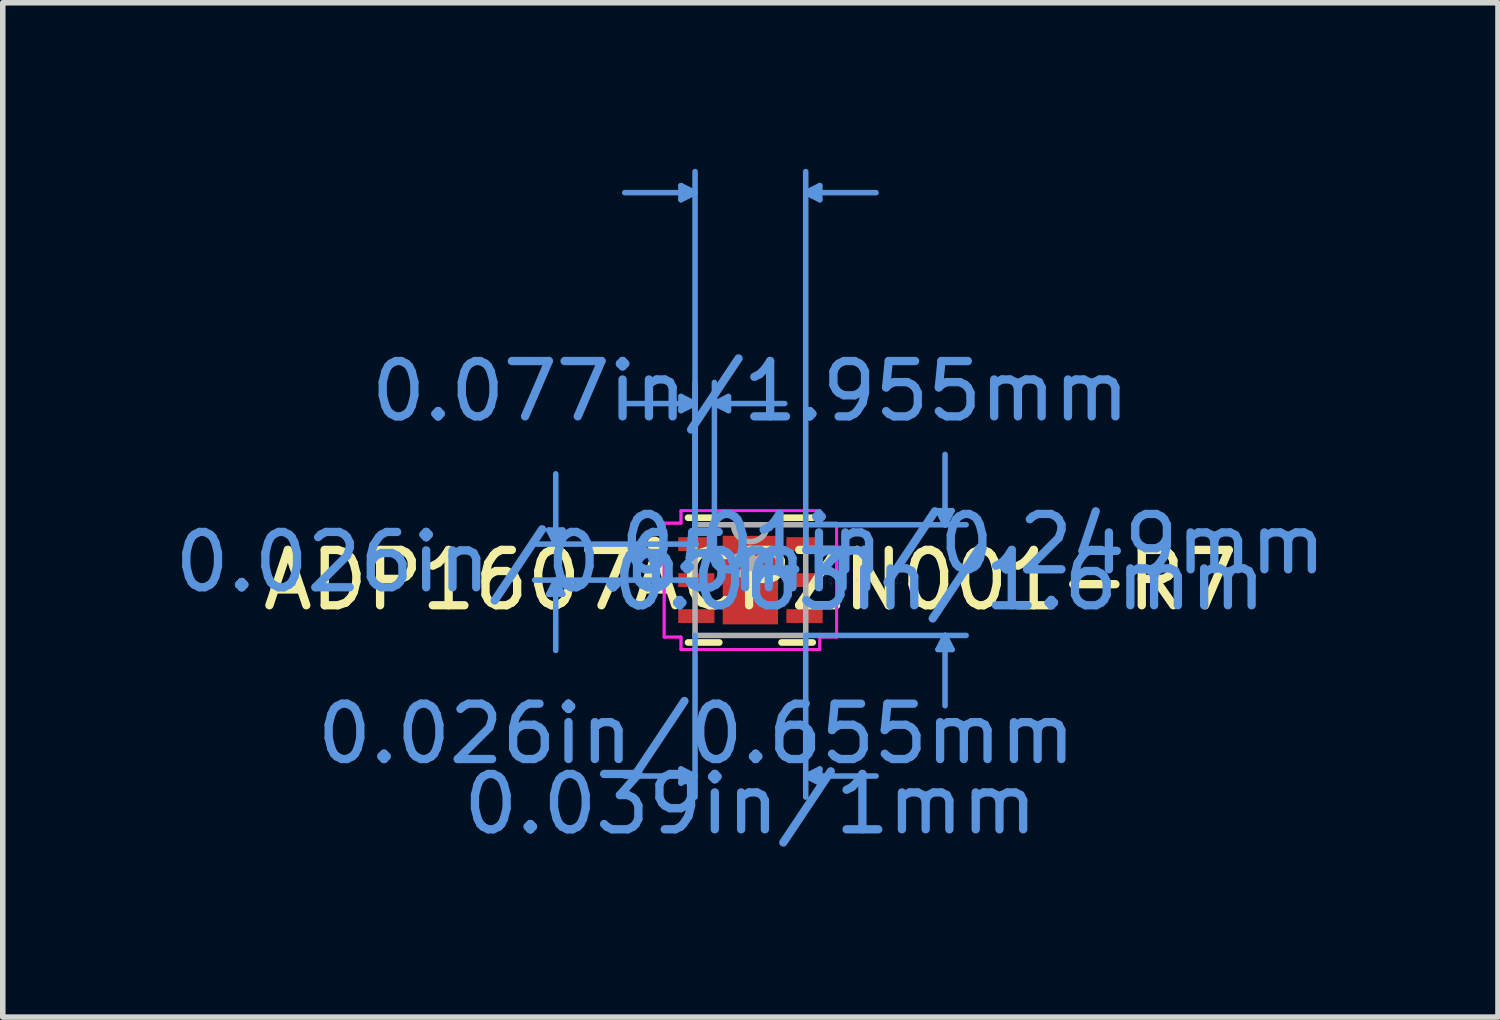
<source format=kicad_pcb>
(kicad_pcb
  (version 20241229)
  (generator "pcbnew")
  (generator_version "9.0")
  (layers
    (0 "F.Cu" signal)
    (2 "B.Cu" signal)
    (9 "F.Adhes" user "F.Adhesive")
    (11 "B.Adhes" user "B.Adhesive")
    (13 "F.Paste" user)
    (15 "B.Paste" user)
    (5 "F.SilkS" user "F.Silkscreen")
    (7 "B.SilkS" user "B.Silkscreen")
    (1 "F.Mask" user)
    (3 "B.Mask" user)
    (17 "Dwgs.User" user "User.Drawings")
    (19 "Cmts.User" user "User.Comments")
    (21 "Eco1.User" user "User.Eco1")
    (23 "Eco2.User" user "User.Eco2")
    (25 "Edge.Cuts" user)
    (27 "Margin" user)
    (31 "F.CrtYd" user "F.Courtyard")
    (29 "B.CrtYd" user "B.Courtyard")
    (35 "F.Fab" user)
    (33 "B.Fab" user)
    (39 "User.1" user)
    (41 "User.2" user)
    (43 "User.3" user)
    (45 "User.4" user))
  (footprint "ADP1607ACPZN001-R7"
    (layer "F.Cu")
    (at 10.508 7.431)
    (property "Reference" "ADP1607ACPZN001-R7" (at 0 0 0) (layer "F.SilkS") (effects (font (size 1 1) (thickness 0.15))))
    (attr through_hole)
    (fp_line (start -1.127 1.127) (end -0.562 1.127) (stroke (width 0.12) (type solid)) (layer "F.SilkS"))
    (fp_line (start -0.562 -1.127) (end -1.127 -1.127) (stroke (width 0.12) (type solid)) (layer "F.SilkS"))
    (fp_line (start 0.562 1.127) (end 1.127 1.127) (stroke (width 0.12) (type solid)) (layer "F.SilkS"))
    (fp_line (start 1.127 -1.127) (end 0.562 -1.127) (stroke (width 0.12) (type solid)) (layer "F.SilkS"))
    (fp_circle (center -1.731 -0.65) (end -1.655 -0.65) (stroke (width 0.12) (type solid)) (fill no) (layer "F.SilkS"))
    (fp_line (start -3.644 -0.904) (end -3.39 -0.904) (stroke (width 0.1) (type solid)) (layer "Cmts.User"))
    (fp_line (start -3.644 0.254) (end -3.39 0.254) (stroke (width 0.1) (type solid)) (layer "Cmts.User"))
    (fp_line (start -3.517 -0.65) (end -3.644 -0.904) (stroke (width 0.1) (type solid)) (layer "Cmts.User"))
    (fp_line (start -3.517 -0.65) (end -3.517 -1.92) (stroke (width 0.1) (type solid)) (layer "Cmts.User"))
    (fp_line (start -3.517 -0.65) (end -3.39 -0.904) (stroke (width 0.1) (type solid)) (layer "Cmts.User"))
    (fp_line (start -3.517 0) (end -3.644 0.254) (stroke (width 0.1) (type solid)) (layer "Cmts.User"))
    (fp_line (start -3.517 0) (end -3.517 1.27) (stroke (width 0.1) (type solid)) (layer "Cmts.User"))
    (fp_line (start -3.517 0) (end -3.39 0.254) (stroke (width 0.1) (type solid)) (layer "Cmts.User"))
    (fp_line (start -1.254 -7.127) (end -1.254 -6.873) (stroke (width 0.1) (type solid)) (layer "Cmts.User"))
    (fp_line (start -1.254 -3.317) (end -1.254 -3.063) (stroke (width 0.1) (type solid)) (layer "Cmts.User"))
    (fp_line (start -1.254 3.413) (end -1.254 3.667) (stroke (width 0.1) (type solid)) (layer "Cmts.User"))
    (fp_line (start -1 -7) (end -2.27 -7) (stroke (width 0.1) (type solid)) (layer "Cmts.User"))
    (fp_line (start -1 -7) (end -1.254 -7.127) (stroke (width 0.1) (type solid)) (layer "Cmts.User"))
    (fp_line (start -1 -7) (end -1.254 -6.873) (stroke (width 0.1) (type solid)) (layer "Cmts.User"))
    (fp_line (start -1 -3.19) (end -2.27 -3.19) (stroke (width 0.1) (type solid)) (layer "Cmts.User"))
    (fp_line (start -1 -3.19) (end -1.254 -3.317) (stroke (width 0.1) (type solid)) (layer "Cmts.User"))
    (fp_line (start -1 -3.19) (end -1.254 -3.063) (stroke (width 0.1) (type solid)) (layer "Cmts.User"))
    (fp_line (start -1 -0.65) (end -1 -7.381) (stroke (width 0.1) (type solid)) (layer "Cmts.User"))
    (fp_line (start -1 -0.65) (end -1 -3.571) (stroke (width 0.1) (type solid)) (layer "Cmts.User"))
    (fp_line (start -1 1) (end -1 3.921) (stroke (width 0.1) (type solid)) (layer "Cmts.User"))
    (fp_line (start -1 3.54) (end -2.27 3.54) (stroke (width 0.1) (type solid)) (layer "Cmts.User"))
    (fp_line (start -1 3.54) (end -1.254 3.413) (stroke (width 0.1) (type solid)) (layer "Cmts.User"))
    (fp_line (start -1 3.54) (end -1.254 3.667) (stroke (width 0.1) (type solid)) (layer "Cmts.User"))
    (fp_line (start -0.977 -0.65) (end -3.898 -0.65) (stroke (width 0.1) (type solid)) (layer "Cmts.User"))
    (fp_line (start -0.977 0) (end -3.898 0) (stroke (width 0.1) (type solid)) (layer "Cmts.User"))
    (fp_line (start -0.65 -3.19) (end -0.396 -3.317) (stroke (width 0.1) (type solid)) (layer "Cmts.User"))
    (fp_line (start -0.65 -3.19) (end -0.396 -3.063) (stroke (width 0.1) (type solid)) (layer "Cmts.User"))
    (fp_line (start -0.65 -3.19) (end 0.62 -3.19) (stroke (width 0.1) (type solid)) (layer "Cmts.User"))
    (fp_line (start -0.65 -0.65) (end -0.65 -3.571) (stroke (width 0.1) (type solid)) (layer "Cmts.User"))
    (fp_line (start -0.396 -3.317) (end -0.396 -3.063) (stroke (width 0.1) (type solid)) (layer "Cmts.User"))
    (fp_line (start 1 -7) (end 1.254 -7.127) (stroke (width 0.1) (type solid)) (layer "Cmts.User"))
    (fp_line (start 1 -7) (end 1.254 -6.873) (stroke (width 0.1) (type solid)) (layer "Cmts.User"))
    (fp_line (start 1 -7) (end 2.27 -7) (stroke (width 0.1) (type solid)) (layer "Cmts.User"))
    (fp_line (start 1 -1) (end 3.898 -1) (stroke (width 0.1) (type solid)) (layer "Cmts.User"))
    (fp_line (start 1 -0.65) (end 1 -7.381) (stroke (width 0.1) (type solid)) (layer "Cmts.User"))
    (fp_line (start 1 1) (end 1 3.921) (stroke (width 0.1) (type solid)) (layer "Cmts.User"))
    (fp_line (start 1 1) (end 3.898 1) (stroke (width 0.1) (type solid)) (layer "Cmts.User"))
    (fp_line (start 1 3.54) (end 1.254 3.413) (stroke (width 0.1) (type solid)) (layer "Cmts.User"))
    (fp_line (start 1 3.54) (end 1.254 3.667) (stroke (width 0.1) (type solid)) (layer "Cmts.User"))
    (fp_line (start 1 3.54) (end 2.27 3.54) (stroke (width 0.1) (type solid)) (layer "Cmts.User"))
    (fp_line (start 1.254 -7.127) (end 1.254 -6.873) (stroke (width 0.1) (type solid)) (layer "Cmts.User"))
    (fp_line (start 1.254 3.413) (end 1.254 3.667) (stroke (width 0.1) (type solid)) (layer "Cmts.User"))
    (fp_line (start 3.39 -1.254) (end 3.644 -1.254) (stroke (width 0.1) (type solid)) (layer "Cmts.User"))
    (fp_line (start 3.39 1.254) (end 3.644 1.254) (stroke (width 0.1) (type solid)) (layer "Cmts.User"))
    (fp_line (start 3.517 -1) (end 3.39 -1.254) (stroke (width 0.1) (type solid)) (layer "Cmts.User"))
    (fp_line (start 3.517 -1) (end 3.517 -2.27) (stroke (width 0.1) (type solid)) (layer "Cmts.User"))
    (fp_line (start 3.517 -1) (end 3.644 -1.254) (stroke (width 0.1) (type solid)) (layer "Cmts.User"))
    (fp_line (start 3.517 1) (end 3.39 1.254) (stroke (width 0.1) (type solid)) (layer "Cmts.User"))
    (fp_line (start 3.517 1) (end 3.517 2.27) (stroke (width 0.1) (type solid)) (layer "Cmts.User"))
    (fp_line (start 3.517 1) (end 3.644 1.254) (stroke (width 0.1) (type solid)) (layer "Cmts.User"))
    (fp_line (start -1.559 -1.029) (end -1.254 -1.029) (stroke (width 0.05) (type solid)) (layer "F.CrtYd"))
    (fp_line (start -1.559 -1.029) (end -1.254 -1.029) (stroke (width 0.05) (type solid)) (layer "F.CrtYd"))
    (fp_line (start -1.559 1.029) (end -1.559 -1.029) (stroke (width 0.05) (type solid)) (layer "F.CrtYd"))
    (fp_line (start -1.559 1.029) (end -1.559 -1.029) (stroke (width 0.05) (type solid)) (layer "F.CrtYd"))
    (fp_line (start -1.559 1.029) (end -1.254 1.029) (stroke (width 0.05) (type solid)) (layer "F.CrtYd"))
    (fp_line (start -1.254 -1.254) (end 1.254 -1.254) (stroke (width 0.05) (type solid)) (layer "F.CrtYd"))
    (fp_line (start -1.254 -1.254) (end 1.254 -1.254) (stroke (width 0.05) (type solid)) (layer "F.CrtYd"))
    (fp_line (start -1.254 -1.029) (end -1.254 -1.254) (stroke (width 0.05) (type solid)) (layer "F.CrtYd"))
    (fp_line (start -1.254 -1.029) (end -1.254 -1.254) (stroke (width 0.05) (type solid)) (layer "F.CrtYd"))
    (fp_line (start -1.254 1.029) (end -1.559 1.029) (stroke (width 0.05) (type solid)) (layer "F.CrtYd"))
    (fp_line (start -1.254 1.254) (end -1.254 1.029) (stroke (width 0.05) (type solid)) (layer "F.CrtYd"))
    (fp_line (start -1.254 1.254) (end -1.254 1.029) (stroke (width 0.05) (type solid)) (layer "F.CrtYd"))
    (fp_line (start 1.254 -1.254) (end 1.254 -1.029) (stroke (width 0.05) (type solid)) (layer "F.CrtYd"))
    (fp_line (start 1.254 -1.254) (end 1.254 -1.029) (stroke (width 0.05) (type solid)) (layer "F.CrtYd"))
    (fp_line (start 1.254 -1.029) (end 1.559 -1.029) (stroke (width 0.05) (type solid)) (layer "F.CrtYd"))
    (fp_line (start 1.254 1.029) (end 1.254 1.254) (stroke (width 0.05) (type solid)) (layer "F.CrtYd"))
    (fp_line (start 1.254 1.029) (end 1.254 1.254) (stroke (width 0.05) (type solid)) (layer "F.CrtYd"))
    (fp_line (start 1.254 1.254) (end -1.254 1.254) (stroke (width 0.05) (type solid)) (layer "F.CrtYd"))
    (fp_line (start 1.254 1.254) (end -1.254 1.254) (stroke (width 0.05) (type solid)) (layer "F.CrtYd"))
    (fp_line (start 1.559 -1.029) (end 1.254 -1.029) (stroke (width 0.05) (type solid)) (layer "F.CrtYd"))
    (fp_line (start 1.559 -1.029) (end 1.559 1.029) (stroke (width 0.05) (type solid)) (layer "F.CrtYd"))
    (fp_line (start 1.559 -1.029) (end 1.559 1.029) (stroke (width 0.05) (type solid)) (layer "F.CrtYd"))
    (fp_line (start 1.559 1.029) (end 1.254 1.029) (stroke (width 0.05) (type solid)) (layer "F.CrtYd"))
    (fp_line (start 1.559 1.029) (end 1.254 1.029) (stroke (width 0.05) (type solid)) (layer "F.CrtYd"))
    (fp_line (start -1 -1) (end -1 1) (stroke (width 0.1) (type solid)) (layer "F.Fab"))
    (fp_line (start -1 1) (end 1 1) (stroke (width 0.1) (type solid)) (layer "F.Fab"))
    (fp_line (start 1 -1) (end -1 -1) (stroke (width 0.1) (type solid)) (layer "F.Fab"))
    (fp_line (start 1 1) (end 1 -1) (stroke (width 0.1) (type solid)) (layer "F.Fab"))
    (fp_arc (start 0.3048 -1) (mid 0 -0.6952) (end -0.3048 -1) (stroke (width 0.1) (type solid)) (layer "F.Fab"))
    (fp_text user "*" (at 0 0 0) (layer "F.SilkS") (effects (font (size 1 1) (thickness 0.15))))
    (fp_text user "0.063in/1.6mm" (at 3.413 0 0) (layer "Cmts.User") (effects (font (size 1 1) (thickness 0.15))))
    (fp_text user "0.026in/0.65mm" (at -4.025 -0.325 0) (layer "Cmts.User") (effects (font (size 1 1) (thickness 0.15))))
    (fp_text user "0.039in/1mm" (at 0 4.048 0) (layer "Cmts.User") (effects (font (size 1 1) (thickness 0.15))))
    (fp_text user "0.026in/0.655mm" (at -0.977 2.778 0) (layer "Cmts.User") (effects (font (size 1 1) (thickness 0.15))))
    (fp_text user "0.077in/1.955mm" (at 0 -3.413 0) (layer "Cmts.User") (effects (font (size 1 1) (thickness 0.15))))
    (fp_text user "0.01in/0.249mm" (at 4.025 -0.65 0) (layer "Cmts.User") (effects (font (size 1 1) (thickness 0.15))))
    (fp_text user "Copyright 2021 Accelerated Designs. All rights reserved." (at 0 0 0) (layer "Cmts.User") (effects (font (size 0.127 0.127) (thickness 0.002))))
    (fp_text user "*" (at 0 0 0) (layer "F.Fab") (effects (font (size 1 1) (thickness 0.15))))
    (pad "1" smd rect (at -0.977 -0.65) (size 0.655 0.249) (layers "F.Cu" "F.Mask" "F.Paste"))
    (pad "2" smd rect (at -0.977 0) (size 0.655 0.249) (layers "F.Cu" "F.Mask" "F.Paste"))
    (pad "3" smd rect (at -0.977 0.65) (size 0.655 0.249) (layers "F.Cu" "F.Mask" "F.Paste"))
    (pad "4" smd rect (at 0.977 0.65) (size 0.655 0.249) (layers "F.Cu" "F.Mask" "F.Paste"))
    (pad "5" smd rect (at 0.977 0) (size 0.655 0.249) (layers "F.Cu" "F.Mask" "F.Paste"))
    (pad "6" smd rect (at 0.977 -0.65) (size 0.655 0.249) (layers "F.Cu" "F.Mask" "F.Paste"))
    (pad "7" smd rect (at 0 0) (size 1 1.6) (layers "F.Cu" "F.Mask" "F.Paste")))
  (gr_rect
    (start -3 -3)
    (end 24.015 15.327)
    (stroke (width 0.1) (type default))
    (fill no)
    (layer "Edge.Cuts")))
</source>
